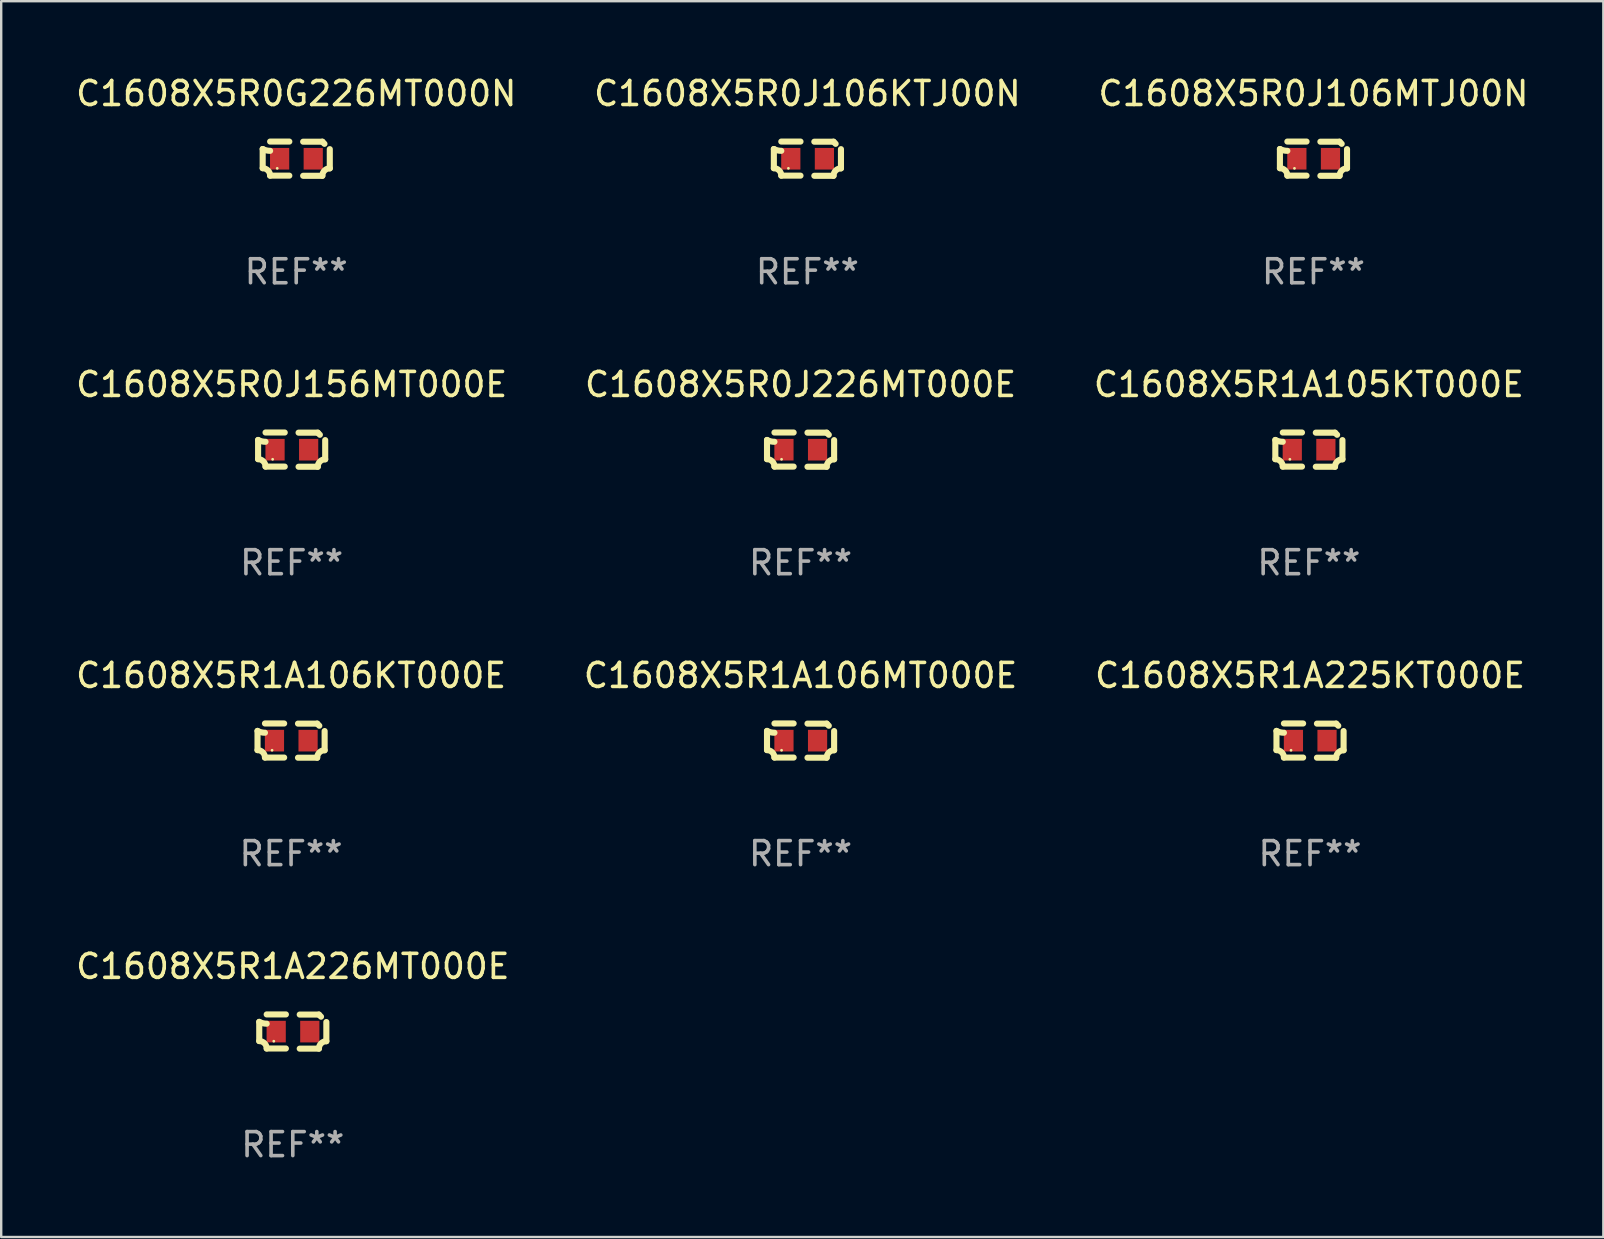
<source format=kicad_pcb>
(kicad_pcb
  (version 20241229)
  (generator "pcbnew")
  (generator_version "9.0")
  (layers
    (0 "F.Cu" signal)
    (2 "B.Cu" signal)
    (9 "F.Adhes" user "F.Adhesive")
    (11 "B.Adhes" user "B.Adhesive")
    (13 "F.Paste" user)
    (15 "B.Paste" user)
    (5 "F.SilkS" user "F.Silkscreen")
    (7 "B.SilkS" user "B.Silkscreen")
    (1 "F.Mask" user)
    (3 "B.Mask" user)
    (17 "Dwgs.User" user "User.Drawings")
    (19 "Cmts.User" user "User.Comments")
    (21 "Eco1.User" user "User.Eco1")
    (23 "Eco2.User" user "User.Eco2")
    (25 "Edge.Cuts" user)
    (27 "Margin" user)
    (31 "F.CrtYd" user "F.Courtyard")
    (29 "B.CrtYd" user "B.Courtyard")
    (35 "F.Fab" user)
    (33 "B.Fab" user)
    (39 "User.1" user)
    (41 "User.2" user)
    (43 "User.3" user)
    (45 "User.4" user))
  (footprint "C1608X5R1A106MT000E"
    (layer "F.Cu")
    (at 30.304 27.805)
    (property "Reference" "C1608X5R1A106MT000E" (at 0 -2.713 0) (layer "F.SilkS") (effects (font (size 1 1) (thickness 0.15))))
    (attr through_hole)
    (fp_line (start -1.398 -0.403) (end -1.398 0.397) (stroke (width 0.254) (type solid)) (layer "F.SilkS"))
    (fp_line (start -0.288 -0.713) (end -1.088 -0.713) (stroke (width 0.254) (type solid)) (layer "F.SilkS"))
    (fp_line (start -0.288 0.707) (end -1.088 0.707) (stroke (width 0.254) (type solid)) (layer "F.SilkS"))
    (fp_line (start 0.288 -0.707) (end 1.088 -0.707) (stroke (width 0.254) (type solid)) (layer "F.SilkS"))
    (fp_line (start 0.288 0.713) (end 1.088 0.713) (stroke (width 0.254) (type solid)) (layer "F.SilkS"))
    (fp_line (start 1.398 -0.397) (end 1.398 0.403) (stroke (width 0.254) (type solid)) (layer "F.SilkS"))
    (fp_arc (start -1.397789 0.397066) (mid -1.178701 0.487826) (end -1.08796 0.706922) (stroke (width 0.254001) (type solid)) (layer "F.SilkS"))
    (fp_arc (start -1.08796 -0.327176) (mid -1.247436 -0.346384) (end -1.39779 -0.402908) (stroke (width 0.254001) (type solid)) (layer "F.SilkS"))
    (fp_arc (start 1.087909 0.712738) (mid 1.178656 0.493655) (end 1.397739 0.402908) (stroke (width 0.254001) (type solid)) (layer "F.SilkS"))
    (fp_arc (start 1.175925 -0.618926) (mid 1.131917 -0.662923) (end 1.08791 -0.706922) (stroke (width 0.254001) (type solid)) (layer "F.SilkS"))
    (fp_circle (center -0.792 0.403) (end -0.762 0.403) (stroke (width 0.06) (type solid)) (fill no) (layer "F.SilkS"))
    (fp_text user "REF**" (at 0 4.713 0) (layer "F.Fab") (effects (font (size 1 1) (thickness 0.15))))
    (pad "1" smd rect (at -0.692 0.003) (size 0.8 0.9) (layers "F.Cu" "F.Mask" "F.Paste"))
    (pad "2" smd rect (at 0.708 0.003) (size 0.8 0.9) (layers "F.Cu" "F.Mask" "F.Paste")))
  (footprint "C1608X5R1A225KT000E"
    (layer "F.Cu")
    (at 51.53 27.805)
    (property "Reference" "C1608X5R1A225KT000E" (at 0 -2.713 0) (layer "F.SilkS") (effects (font (size 1 1) (thickness 0.15))))
    (attr through_hole)
    (fp_line (start -1.398 -0.403) (end -1.398 0.397) (stroke (width 0.254) (type solid)) (layer "F.SilkS"))
    (fp_line (start -0.288 -0.713) (end -1.088 -0.713) (stroke (width 0.254) (type solid)) (layer "F.SilkS"))
    (fp_line (start -0.288 0.707) (end -1.088 0.707) (stroke (width 0.254) (type solid)) (layer "F.SilkS"))
    (fp_line (start 0.288 -0.707) (end 1.088 -0.707) (stroke (width 0.254) (type solid)) (layer "F.SilkS"))
    (fp_line (start 0.288 0.713) (end 1.088 0.713) (stroke (width 0.254) (type solid)) (layer "F.SilkS"))
    (fp_line (start 1.398 -0.397) (end 1.398 0.403) (stroke (width 0.254) (type solid)) (layer "F.SilkS"))
    (fp_arc (start -1.397789 0.397066) (mid -1.178701 0.487826) (end -1.08796 0.706922) (stroke (width 0.254001) (type solid)) (layer "F.SilkS"))
    (fp_arc (start -1.08796 -0.327176) (mid -1.247436 -0.346384) (end -1.39779 -0.402908) (stroke (width 0.254001) (type solid)) (layer "F.SilkS"))
    (fp_arc (start 1.087909 0.712738) (mid 1.178656 0.493655) (end 1.397739 0.402908) (stroke (width 0.254001) (type solid)) (layer "F.SilkS"))
    (fp_arc (start 1.175925 -0.618926) (mid 1.131917 -0.662923) (end 1.08791 -0.706922) (stroke (width 0.254001) (type solid)) (layer "F.SilkS"))
    (fp_circle (center -0.792 0.403) (end -0.762 0.403) (stroke (width 0.06) (type solid)) (fill no) (layer "F.SilkS"))
    (fp_text user "REF**" (at 0 4.713 0) (layer "F.Fab") (effects (font (size 1 1) (thickness 0.15))))
    (pad "1" smd rect (at -0.692 0.003) (size 0.8 0.9) (layers "F.Cu" "F.Mask" "F.Paste"))
    (pad "2" smd rect (at 0.708 0.003) (size 0.8 0.9) (layers "F.Cu" "F.Mask" "F.Paste")))
  (footprint "C1608X5R0J156MT000E"
    (layer "F.Cu")
    (at 9.101 15.683)
    (property "Reference" "C1608X5R0J156MT000E" (at 0 -2.713 0) (layer "F.SilkS") (effects (font (size 1 1) (thickness 0.15))))
    (attr through_hole)
    (fp_line (start -1.398 -0.403) (end -1.398 0.397) (stroke (width 0.254) (type solid)) (layer "F.SilkS"))
    (fp_line (start -0.288 -0.713) (end -1.088 -0.713) (stroke (width 0.254) (type solid)) (layer "F.SilkS"))
    (fp_line (start -0.288 0.707) (end -1.088 0.707) (stroke (width 0.254) (type solid)) (layer "F.SilkS"))
    (fp_line (start 0.288 -0.707) (end 1.088 -0.707) (stroke (width 0.254) (type solid)) (layer "F.SilkS"))
    (fp_line (start 0.288 0.713) (end 1.088 0.713) (stroke (width 0.254) (type solid)) (layer "F.SilkS"))
    (fp_line (start 1.398 -0.397) (end 1.398 0.403) (stroke (width 0.254) (type solid)) (layer "F.SilkS"))
    (fp_arc (start -1.397789 0.397066) (mid -1.178701 0.487826) (end -1.08796 0.706922) (stroke (width 0.254001) (type solid)) (layer "F.SilkS"))
    (fp_arc (start -1.08796 -0.327176) (mid -1.247436 -0.346384) (end -1.39779 -0.402908) (stroke (width 0.254001) (type solid)) (layer "F.SilkS"))
    (fp_arc (start 1.087909 0.712738) (mid 1.178656 0.493655) (end 1.397739 0.402908) (stroke (width 0.254001) (type solid)) (layer "F.SilkS"))
    (fp_arc (start 1.175925 -0.618926) (mid 1.131917 -0.662923) (end 1.08791 -0.706922) (stroke (width 0.254001) (type solid)) (layer "F.SilkS"))
    (fp_circle (center -0.792 0.403) (end -0.762 0.403) (stroke (width 0.06) (type solid)) (fill no) (layer "F.SilkS"))
    (fp_text user "REF**" (at 0 4.713 0) (layer "F.Fab") (effects (font (size 1 1) (thickness 0.15))))
    (pad "1" smd rect (at -0.692 0.003) (size 0.8 0.9) (layers "F.Cu" "F.Mask" "F.Paste"))
    (pad "2" smd rect (at 0.708 0.003) (size 0.8 0.9) (layers "F.Cu" "F.Mask" "F.Paste")))
  (footprint "C1608X5R0J106KTJ00N"
    (layer "F.Cu")
    (at 30.589 3.561)
    (property "Reference" "C1608X5R0J106KTJ00N" (at 0 -2.713 0) (layer "F.SilkS") (effects (font (size 1 1) (thickness 0.15))))
    (attr through_hole)
    (fp_line (start -1.398 -0.403) (end -1.398 0.397) (stroke (width 0.254) (type solid)) (layer "F.SilkS"))
    (fp_line (start -0.288 -0.713) (end -1.088 -0.713) (stroke (width 0.254) (type solid)) (layer "F.SilkS"))
    (fp_line (start -0.288 0.707) (end -1.088 0.707) (stroke (width 0.254) (type solid)) (layer "F.SilkS"))
    (fp_line (start 0.288 -0.707) (end 1.088 -0.707) (stroke (width 0.254) (type solid)) (layer "F.SilkS"))
    (fp_line (start 0.288 0.713) (end 1.088 0.713) (stroke (width 0.254) (type solid)) (layer "F.SilkS"))
    (fp_line (start 1.398 -0.397) (end 1.398 0.403) (stroke (width 0.254) (type solid)) (layer "F.SilkS"))
    (fp_arc (start -1.397789 0.397066) (mid -1.178701 0.487826) (end -1.08796 0.706922) (stroke (width 0.254001) (type solid)) (layer "F.SilkS"))
    (fp_arc (start -1.08796 -0.327176) (mid -1.247436 -0.346384) (end -1.39779 -0.402908) (stroke (width 0.254001) (type solid)) (layer "F.SilkS"))
    (fp_arc (start 1.087909 0.712738) (mid 1.178656 0.493655) (end 1.397739 0.402908) (stroke (width 0.254001) (type solid)) (layer "F.SilkS"))
    (fp_arc (start 1.175925 -0.618926) (mid 1.131917 -0.662923) (end 1.08791 -0.706922) (stroke (width 0.254001) (type solid)) (layer "F.SilkS"))
    (fp_circle (center -0.792 0.403) (end -0.762 0.403) (stroke (width 0.06) (type solid)) (fill no) (layer "F.SilkS"))
    (fp_text user "REF**" (at 0 4.713 0) (layer "F.Fab") (effects (font (size 1 1) (thickness 0.15))))
    (pad "1" smd rect (at -0.692 0.003) (size 0.8 0.9) (layers "F.Cu" "F.Mask" "F.Paste"))
    (pad "2" smd rect (at 0.708 0.003) (size 0.8 0.9) (layers "F.Cu" "F.Mask" "F.Paste")))
  (footprint "C1608X5R0G226MT000N"
    (layer "F.Cu")
    (at 9.292 3.561)
    (property "Reference" "C1608X5R0G226MT000N" (at 0 -2.713 0) (layer "F.SilkS") (effects (font (size 1 1) (thickness 0.15))))
    (attr through_hole)
    (fp_line (start -1.398 -0.403) (end -1.398 0.397) (stroke (width 0.254) (type solid)) (layer "F.SilkS"))
    (fp_line (start -0.288 -0.713) (end -1.088 -0.713) (stroke (width 0.254) (type solid)) (layer "F.SilkS"))
    (fp_line (start -0.288 0.707) (end -1.088 0.707) (stroke (width 0.254) (type solid)) (layer "F.SilkS"))
    (fp_line (start 0.288 -0.707) (end 1.088 -0.707) (stroke (width 0.254) (type solid)) (layer "F.SilkS"))
    (fp_line (start 0.288 0.713) (end 1.088 0.713) (stroke (width 0.254) (type solid)) (layer "F.SilkS"))
    (fp_line (start 1.398 -0.397) (end 1.398 0.403) (stroke (width 0.254) (type solid)) (layer "F.SilkS"))
    (fp_arc (start -1.397789 0.397066) (mid -1.178701 0.487826) (end -1.08796 0.706922) (stroke (width 0.254001) (type solid)) (layer "F.SilkS"))
    (fp_arc (start -1.08796 -0.327176) (mid -1.247436 -0.346384) (end -1.39779 -0.402908) (stroke (width 0.254001) (type solid)) (layer "F.SilkS"))
    (fp_arc (start 1.087909 0.712738) (mid 1.178656 0.493655) (end 1.397739 0.402908) (stroke (width 0.254001) (type solid)) (layer "F.SilkS"))
    (fp_arc (start 1.175925 -0.618926) (mid 1.131917 -0.662923) (end 1.08791 -0.706922) (stroke (width 0.254001) (type solid)) (layer "F.SilkS"))
    (fp_circle (center -0.792 0.403) (end -0.762 0.403) (stroke (width 0.06) (type solid)) (fill no) (layer "F.SilkS"))
    (fp_text user "REF**" (at 0 4.713 0) (layer "F.Fab") (effects (font (size 1 1) (thickness 0.15))))
    (pad "1" smd rect (at -0.692 0.003) (size 0.8 0.9) (layers "F.Cu" "F.Mask" "F.Paste"))
    (pad "2" smd rect (at 0.708 0.003) (size 0.8 0.9) (layers "F.Cu" "F.Mask" "F.Paste")))
  (footprint "C1608X5R1A106KT000E"
    (layer "F.Cu")
    (at 9.077 27.805)
    (property "Reference" "C1608X5R1A106KT000E" (at 0 -2.713 0) (layer "F.SilkS") (effects (font (size 1 1) (thickness 0.15))))
    (attr through_hole)
    (fp_line (start -1.398 -0.403) (end -1.398 0.397) (stroke (width 0.254) (type solid)) (layer "F.SilkS"))
    (fp_line (start -0.288 -0.713) (end -1.088 -0.713) (stroke (width 0.254) (type solid)) (layer "F.SilkS"))
    (fp_line (start -0.288 0.707) (end -1.088 0.707) (stroke (width 0.254) (type solid)) (layer "F.SilkS"))
    (fp_line (start 0.288 -0.707) (end 1.088 -0.707) (stroke (width 0.254) (type solid)) (layer "F.SilkS"))
    (fp_line (start 0.288 0.713) (end 1.088 0.713) (stroke (width 0.254) (type solid)) (layer "F.SilkS"))
    (fp_line (start 1.398 -0.397) (end 1.398 0.403) (stroke (width 0.254) (type solid)) (layer "F.SilkS"))
    (fp_arc (start -1.397789 0.397066) (mid -1.178701 0.487826) (end -1.08796 0.706922) (stroke (width 0.254001) (type solid)) (layer "F.SilkS"))
    (fp_arc (start -1.08796 -0.327176) (mid -1.247436 -0.346384) (end -1.39779 -0.402908) (stroke (width 0.254001) (type solid)) (layer "F.SilkS"))
    (fp_arc (start 1.087909 0.712738) (mid 1.178656 0.493655) (end 1.397739 0.402908) (stroke (width 0.254001) (type solid)) (layer "F.SilkS"))
    (fp_arc (start 1.175925 -0.618926) (mid 1.131917 -0.662923) (end 1.08791 -0.706922) (stroke (width 0.254001) (type solid)) (layer "F.SilkS"))
    (fp_circle (center -0.792 0.403) (end -0.762 0.403) (stroke (width 0.06) (type solid)) (fill no) (layer "F.SilkS"))
    (fp_text user "REF**" (at 0 4.713 0) (layer "F.Fab") (effects (font (size 1 1) (thickness 0.15))))
    (pad "1" smd rect (at -0.692 0.003) (size 0.8 0.9) (layers "F.Cu" "F.Mask" "F.Paste"))
    (pad "2" smd rect (at 0.708 0.003) (size 0.8 0.9) (layers "F.Cu" "F.Mask" "F.Paste")))
  (footprint "C1608X5R0J226MT000E"
    (layer "F.Cu")
    (at 30.304 15.683)
    (property "Reference" "C1608X5R0J226MT000E" (at 0 -2.713 0) (layer "F.SilkS") (effects (font (size 1 1) (thickness 0.15))))
    (attr through_hole)
    (fp_line (start -1.398 -0.403) (end -1.398 0.397) (stroke (width 0.254) (type solid)) (layer "F.SilkS"))
    (fp_line (start -0.288 -0.713) (end -1.088 -0.713) (stroke (width 0.254) (type solid)) (layer "F.SilkS"))
    (fp_line (start -0.288 0.707) (end -1.088 0.707) (stroke (width 0.254) (type solid)) (layer "F.SilkS"))
    (fp_line (start 0.288 -0.707) (end 1.088 -0.707) (stroke (width 0.254) (type solid)) (layer "F.SilkS"))
    (fp_line (start 0.288 0.713) (end 1.088 0.713) (stroke (width 0.254) (type solid)) (layer "F.SilkS"))
    (fp_line (start 1.398 -0.397) (end 1.398 0.403) (stroke (width 0.254) (type solid)) (layer "F.SilkS"))
    (fp_arc (start -1.397789 0.397066) (mid -1.178701 0.487826) (end -1.08796 0.706922) (stroke (width 0.254001) (type solid)) (layer "F.SilkS"))
    (fp_arc (start -1.08796 -0.327176) (mid -1.247436 -0.346384) (end -1.39779 -0.402908) (stroke (width 0.254001) (type solid)) (layer "F.SilkS"))
    (fp_arc (start 1.087909 0.712738) (mid 1.178656 0.493655) (end 1.397739 0.402908) (stroke (width 0.254001) (type solid)) (layer "F.SilkS"))
    (fp_arc (start 1.175925 -0.618926) (mid 1.131917 -0.662923) (end 1.08791 -0.706922) (stroke (width 0.254001) (type solid)) (layer "F.SilkS"))
    (fp_circle (center -0.792 0.403) (end -0.762 0.403) (stroke (width 0.06) (type solid)) (fill no) (layer "F.SilkS"))
    (fp_text user "REF**" (at 0 4.713 0) (layer "F.Fab") (effects (font (size 1 1) (thickness 0.15))))
    (pad "1" smd rect (at -0.692 0.003) (size 0.8 0.9) (layers "F.Cu" "F.Mask" "F.Paste"))
    (pad "2" smd rect (at 0.708 0.003) (size 0.8 0.9) (layers "F.Cu" "F.Mask" "F.Paste")))
  (footprint "C1608X5R0J106MTJ00N"
    (layer "F.Cu")
    (at 51.673 3.561)
    (property "Reference" "C1608X5R0J106MTJ00N" (at 0 -2.713 0) (layer "F.SilkS") (effects (font (size 1 1) (thickness 0.15))))
    (attr through_hole)
    (fp_line (start -1.398 -0.403) (end -1.398 0.397) (stroke (width 0.254) (type solid)) (layer "F.SilkS"))
    (fp_line (start -0.288 -0.713) (end -1.088 -0.713) (stroke (width 0.254) (type solid)) (layer "F.SilkS"))
    (fp_line (start -0.288 0.707) (end -1.088 0.707) (stroke (width 0.254) (type solid)) (layer "F.SilkS"))
    (fp_line (start 0.288 -0.707) (end 1.088 -0.707) (stroke (width 0.254) (type solid)) (layer "F.SilkS"))
    (fp_line (start 0.288 0.713) (end 1.088 0.713) (stroke (width 0.254) (type solid)) (layer "F.SilkS"))
    (fp_line (start 1.398 -0.397) (end 1.398 0.403) (stroke (width 0.254) (type solid)) (layer "F.SilkS"))
    (fp_arc (start -1.397789 0.397066) (mid -1.178701 0.487826) (end -1.08796 0.706922) (stroke (width 0.254001) (type solid)) (layer "F.SilkS"))
    (fp_arc (start -1.08796 -0.327176) (mid -1.247436 -0.346384) (end -1.39779 -0.402908) (stroke (width 0.254001) (type solid)) (layer "F.SilkS"))
    (fp_arc (start 1.087909 0.712738) (mid 1.178656 0.493655) (end 1.397739 0.402908) (stroke (width 0.254001) (type solid)) (layer "F.SilkS"))
    (fp_arc (start 1.175925 -0.618926) (mid 1.131917 -0.662923) (end 1.08791 -0.706922) (stroke (width 0.254001) (type solid)) (layer "F.SilkS"))
    (fp_circle (center -0.792 0.403) (end -0.762 0.403) (stroke (width 0.06) (type solid)) (fill no) (layer "F.SilkS"))
    (fp_text user "REF**" (at 0 4.713 0) (layer "F.Fab") (effects (font (size 1 1) (thickness 0.15))))
    (pad "1" smd rect (at -0.692 0.003) (size 0.8 0.9) (layers "F.Cu" "F.Mask" "F.Paste"))
    (pad "2" smd rect (at 0.708 0.003) (size 0.8 0.9) (layers "F.Cu" "F.Mask" "F.Paste")))
  (footprint "C1608X5R1A226MT000E"
    (layer "F.Cu")
    (at 9.149 39.927)
    (property "Reference" "C1608X5R1A226MT000E" (at 0 -2.713 0) (layer "F.SilkS") (effects (font (size 1 1) (thickness 0.15))))
    (attr through_hole)
    (fp_line (start -1.398 -0.403) (end -1.398 0.397) (stroke (width 0.254) (type solid)) (layer "F.SilkS"))
    (fp_line (start -0.288 -0.713) (end -1.088 -0.713) (stroke (width 0.254) (type solid)) (layer "F.SilkS"))
    (fp_line (start -0.288 0.707) (end -1.088 0.707) (stroke (width 0.254) (type solid)) (layer "F.SilkS"))
    (fp_line (start 0.288 -0.707) (end 1.088 -0.707) (stroke (width 0.254) (type solid)) (layer "F.SilkS"))
    (fp_line (start 0.288 0.713) (end 1.088 0.713) (stroke (width 0.254) (type solid)) (layer "F.SilkS"))
    (fp_line (start 1.398 -0.397) (end 1.398 0.403) (stroke (width 0.254) (type solid)) (layer "F.SilkS"))
    (fp_arc (start -1.397789 0.397066) (mid -1.178701 0.487826) (end -1.08796 0.706922) (stroke (width 0.254001) (type solid)) (layer "F.SilkS"))
    (fp_arc (start -1.08796 -0.327176) (mid -1.247436 -0.346384) (end -1.39779 -0.402908) (stroke (width 0.254001) (type solid)) (layer "F.SilkS"))
    (fp_arc (start 1.087909 0.712738) (mid 1.178656 0.493655) (end 1.397739 0.402908) (stroke (width 0.254001) (type solid)) (layer "F.SilkS"))
    (fp_arc (start 1.175925 -0.618926) (mid 1.131917 -0.662923) (end 1.08791 -0.706922) (stroke (width 0.254001) (type solid)) (layer "F.SilkS"))
    (fp_circle (center -0.792 0.403) (end -0.762 0.403) (stroke (width 0.06) (type solid)) (fill no) (layer "F.SilkS"))
    (fp_text user "REF**" (at 0 4.713 0) (layer "F.Fab") (effects (font (size 1 1) (thickness 0.15))))
    (pad "1" smd rect (at -0.692 0.003) (size 0.8 0.9) (layers "F.Cu" "F.Mask" "F.Paste"))
    (pad "2" smd rect (at 0.708 0.003) (size 0.8 0.9) (layers "F.Cu" "F.Mask" "F.Paste")))
  (footprint "C1608X5R1A105KT000E"
    (layer "F.Cu")
    (at 51.482 15.683)
    (property "Reference" "C1608X5R1A105KT000E" (at 0 -2.713 0) (layer "F.SilkS") (effects (font (size 1 1) (thickness 0.15))))
    (attr through_hole)
    (fp_line (start -1.398 -0.403) (end -1.398 0.397) (stroke (width 0.254) (type solid)) (layer "F.SilkS"))
    (fp_line (start -0.288 -0.713) (end -1.088 -0.713) (stroke (width 0.254) (type solid)) (layer "F.SilkS"))
    (fp_line (start -0.288 0.707) (end -1.088 0.707) (stroke (width 0.254) (type solid)) (layer "F.SilkS"))
    (fp_line (start 0.288 -0.707) (end 1.088 -0.707) (stroke (width 0.254) (type solid)) (layer "F.SilkS"))
    (fp_line (start 0.288 0.713) (end 1.088 0.713) (stroke (width 0.254) (type solid)) (layer "F.SilkS"))
    (fp_line (start 1.398 -0.397) (end 1.398 0.403) (stroke (width 0.254) (type solid)) (layer "F.SilkS"))
    (fp_arc (start -1.397789 0.397066) (mid -1.178701 0.487826) (end -1.08796 0.706922) (stroke (width 0.254001) (type solid)) (layer "F.SilkS"))
    (fp_arc (start -1.08796 -0.327176) (mid -1.247436 -0.346384) (end -1.39779 -0.402908) (stroke (width 0.254001) (type solid)) (layer "F.SilkS"))
    (fp_arc (start 1.087909 0.712738) (mid 1.178656 0.493655) (end 1.397739 0.402908) (stroke (width 0.254001) (type solid)) (layer "F.SilkS"))
    (fp_arc (start 1.175925 -0.618926) (mid 1.131917 -0.662923) (end 1.08791 -0.706922) (stroke (width 0.254001) (type solid)) (layer "F.SilkS"))
    (fp_circle (center -0.792 0.403) (end -0.762 0.403) (stroke (width 0.06) (type solid)) (fill no) (layer "F.SilkS"))
    (fp_text user "REF**" (at 0 4.713 0) (layer "F.Fab") (effects (font (size 1 1) (thickness 0.15))))
    (pad "1" smd rect (at -0.692 0.003) (size 0.8 0.9) (layers "F.Cu" "F.Mask" "F.Paste"))
    (pad "2" smd rect (at 0.708 0.003) (size 0.8 0.9) (layers "F.Cu" "F.Mask" "F.Paste")))
  (gr_rect
    (start -3 -3)
    (end 63.75 48.488)
    (stroke (width 0.1) (type default))
    (fill no)
    (layer "Edge.Cuts")))
</source>
